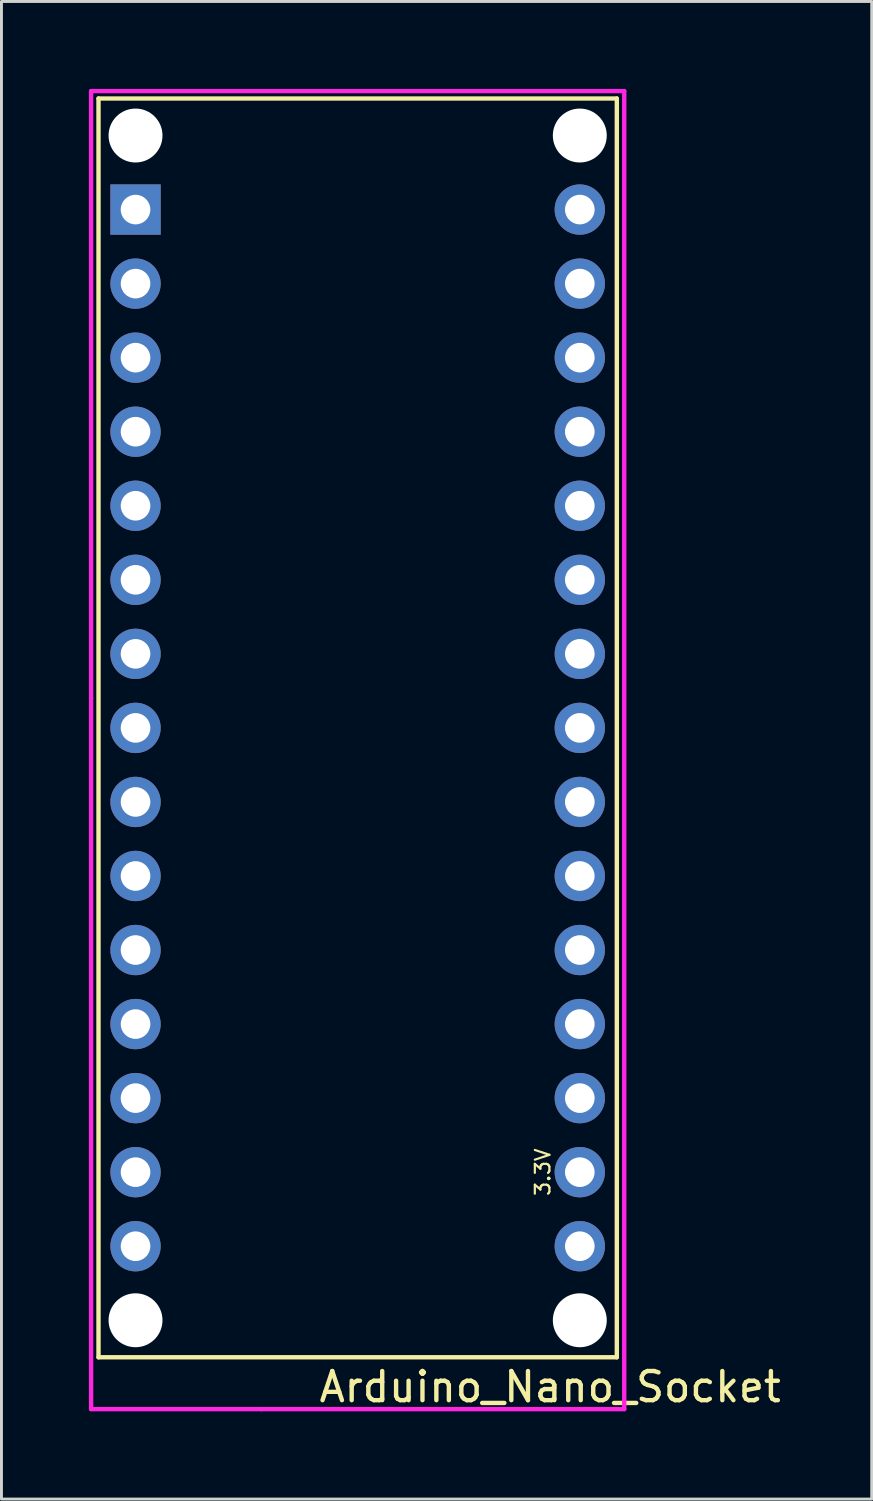
<source format=kicad_pcb>
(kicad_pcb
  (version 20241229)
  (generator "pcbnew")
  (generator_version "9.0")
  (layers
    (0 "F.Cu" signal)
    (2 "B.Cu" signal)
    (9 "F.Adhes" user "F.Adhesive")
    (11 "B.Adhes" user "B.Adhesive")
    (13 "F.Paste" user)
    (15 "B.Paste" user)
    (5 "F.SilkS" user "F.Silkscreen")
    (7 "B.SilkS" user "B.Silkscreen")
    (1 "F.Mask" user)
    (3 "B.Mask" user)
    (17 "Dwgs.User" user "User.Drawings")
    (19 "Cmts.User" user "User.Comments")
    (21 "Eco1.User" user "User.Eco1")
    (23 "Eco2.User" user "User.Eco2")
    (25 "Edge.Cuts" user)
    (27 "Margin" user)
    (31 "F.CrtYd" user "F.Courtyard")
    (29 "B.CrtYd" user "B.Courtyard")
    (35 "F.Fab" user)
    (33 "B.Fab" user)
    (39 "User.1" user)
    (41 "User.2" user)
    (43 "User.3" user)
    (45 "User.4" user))
  (footprint "Arduino_Nano_Socket"
    (layer "F.Cu")
    (at 9.219 43.509)
    (property "Reference" "Arduino_Nano_Socket" (at 6.604 1.016 0) (layer "F.SilkS") (effects (font (size 1 1) (thickness 0.15))))
    (attr through_hole)
    (fp_line (start -8.89 -43.18) (end -8.89 0) (stroke (width 0.15) (type solid)) (layer "F.SilkS"))
    (fp_line (start -8.89 -43.18) (end 8.89 -43.18) (stroke (width 0.15) (type solid)) (layer "F.SilkS"))
    (fp_line (start -8.89 0) (end 8.89 0) (stroke (width 0.15) (type solid)) (layer "F.SilkS"))
    (fp_line (start 8.89 -43.18) (end 8.89 0) (stroke (width 0.15) (type solid)) (layer "F.SilkS"))
    (fp_line (start -9.144 -43.434) (end 9.144 -43.434) (stroke (width 0.15) (type solid)) (layer "F.CrtYd"))
    (fp_line (start -9.144 -22.606) (end -9.144 -43.434) (stroke (width 0.15) (type solid)) (layer "F.CrtYd"))
    (fp_line (start -9.144 1.778) (end -9.144 -22.606) (stroke (width 0.15) (type solid)) (layer "F.CrtYd"))
    (fp_line (start -3.302 1.778) (end -9.144 1.778) (stroke (width 0.15) (type solid)) (layer "F.CrtYd"))
    (fp_line (start 9.144 -43.434) (end 9.144 1.778) (stroke (width 0.15) (type solid)) (layer "F.CrtYd"))
    (fp_line (start 9.144 1.778) (end -3.302 1.778) (stroke (width 0.15) (type solid)) (layer "F.CrtYd"))
    (fp_text user "3.3V" (at 6.35 -6.35 90) (layer "F.SilkS") (effects (font (size 0.5 0.5) (thickness 0.075))))
    (pad "" np_thru_hole circle (at -7.62 -41.91) (size 1.85 1.85) (drill 1.85) (layers "*.Cu" "*.Mask"))
    (pad "" np_thru_hole circle (at -7.62 -1.27) (size 1.85 1.85) (drill 1.85) (layers "*.Cu" "*.Mask"))
    (pad "" np_thru_hole circle (at 7.62 -41.91) (size 1.85 1.85) (drill 1.85) (layers "*.Cu" "*.Mask"))
    (pad "" np_thru_hole circle (at 7.62 -1.27) (size 1.85 1.85) (drill 1.85) (layers "*.Cu" "*.Mask"))
    (pad "3V3" thru_hole circle (at 7.62 -6.35) (size 1.727 1.727) (drill 1.016) (layers "*.Cu" "*.Mask"))
    (pad "5V" thru_hole circle (at 7.62 -31.75) (size 1.727 1.727) (drill 1.016) (layers "*.Cu" "*.Mask"))
    (pad "A0" thru_hole circle (at 7.62 -11.43) (size 1.727 1.727) (drill 1.016) (layers "*.Cu" "*.Mask"))
    (pad "A1" thru_hole circle (at 7.62 -13.97) (size 1.727 1.727) (drill 1.016) (layers "*.Cu" "*.Mask"))
    (pad "A2" thru_hole circle (at 7.62 -16.51) (size 1.727 1.727) (drill 1.016) (layers "*.Cu" "*.Mask"))
    (pad "A3" thru_hole circle (at 7.62 -19.05) (size 1.727 1.727) (drill 1.016) (layers "*.Cu" "*.Mask"))
    (pad "A4" thru_hole circle (at 7.62 -21.59) (size 1.727 1.727) (drill 1.016) (layers "*.Cu" "*.Mask"))
    (pad "A5" thru_hole circle (at 7.62 -24.13) (size 1.727 1.727) (drill 1.016) (layers "*.Cu" "*.Mask"))
    (pad "A6" thru_hole circle (at 7.62 -26.67) (size 1.727 1.727) (drill 1.016) (layers "*.Cu" "*.Mask"))
    (pad "A7" thru_hole circle (at 7.62 -29.21) (size 1.727 1.727) (drill 1.016) (layers "*.Cu" "*.Mask"))
    (pad "AREF" thru_hole circle (at 7.62 -8.89) (size 1.727 1.727) (drill 1.016) (layers "*.Cu" "*.Mask"))
    (pad "D0" thru_hole circle (at -7.62 -36.83) (size 1.727 1.727) (drill 1.016) (layers "*.Cu" "*.Mask"))
    (pad "D1" thru_hole rect (at -7.62 -39.37) (size 1.727 1.727) (drill 1.016) (layers "*.Cu" "*.Mask"))
    (pad "D2" thru_hole circle (at -7.62 -29.21) (size 1.727 1.727) (drill 1.016) (layers "*.Cu" "*.Mask"))
    (pad "D3" thru_hole circle (at -7.62 -26.67) (size 1.727 1.727) (drill 1.016) (layers "*.Cu" "*.Mask"))
    (pad "D4" thru_hole circle (at -7.62 -24.13) (size 1.727 1.727) (drill 1.016) (layers "*.Cu" "*.Mask"))
    (pad "D5" thru_hole circle (at -7.62 -21.59) (size 1.727 1.727) (drill 1.016) (layers "*.Cu" "*.Mask"))
    (pad "D6" thru_hole circle (at -7.62 -19.05) (size 1.727 1.727) (drill 1.016) (layers "*.Cu" "*.Mask"))
    (pad "D7" thru_hole circle (at -7.62 -16.51) (size 1.727 1.727) (drill 1.016) (layers "*.Cu" "*.Mask"))
    (pad "D8" thru_hole circle (at -7.62 -13.97) (size 1.727 1.727) (drill 1.016) (layers "*.Cu" "*.Mask"))
    (pad "D9" thru_hole circle (at -7.62 -11.43) (size 1.727 1.727) (drill 1.016) (layers "*.Cu" "*.Mask"))
    (pad "D10" thru_hole circle (at -7.62 -8.89) (size 1.727 1.727) (drill 1.016) (layers "*.Cu" "*.Mask"))
    (pad "D11" thru_hole circle (at -7.62 -6.35) (size 1.727 1.727) (drill 1.016) (layers "*.Cu" "*.Mask"))
    (pad "D12" thru_hole circle (at -7.62 -3.81) (size 1.727 1.727) (drill 1.016) (layers "*.Cu" "*.Mask"))
    (pad "D13" thru_hole circle (at 7.62 -3.81) (size 1.727 1.727) (drill 1.016) (layers "*.Cu" "*.Mask"))
    (pad "GND1" thru_hole circle (at -7.62 -31.75) (size 1.727 1.727) (drill 1.016) (layers "*.Cu" "*.Mask"))
    (pad "GND2" thru_hole circle (at 7.62 -36.83) (size 1.727 1.727) (drill 1.016) (layers "*.Cu" "*.Mask"))
    (pad "RST1" thru_hole circle (at -7.62 -34.29) (size 1.727 1.727) (drill 1.016) (layers "*.Cu" "*.Mask"))
    (pad "RST2" thru_hole circle (at 7.62 -34.29) (size 1.727 1.727) (drill 1.016) (layers "*.Cu" "*.Mask"))
    (pad "VIN" thru_hole circle (at 7.62 -39.37) (size 1.727 1.727) (drill 1.016) (layers "*.Cu" "*.Mask")))
  (gr_rect
    (start -3 -3)
    (end 26.853 48.373)
    (stroke (width 0.1) (type default))
    (fill no)
    (layer "Edge.Cuts")))
</source>
